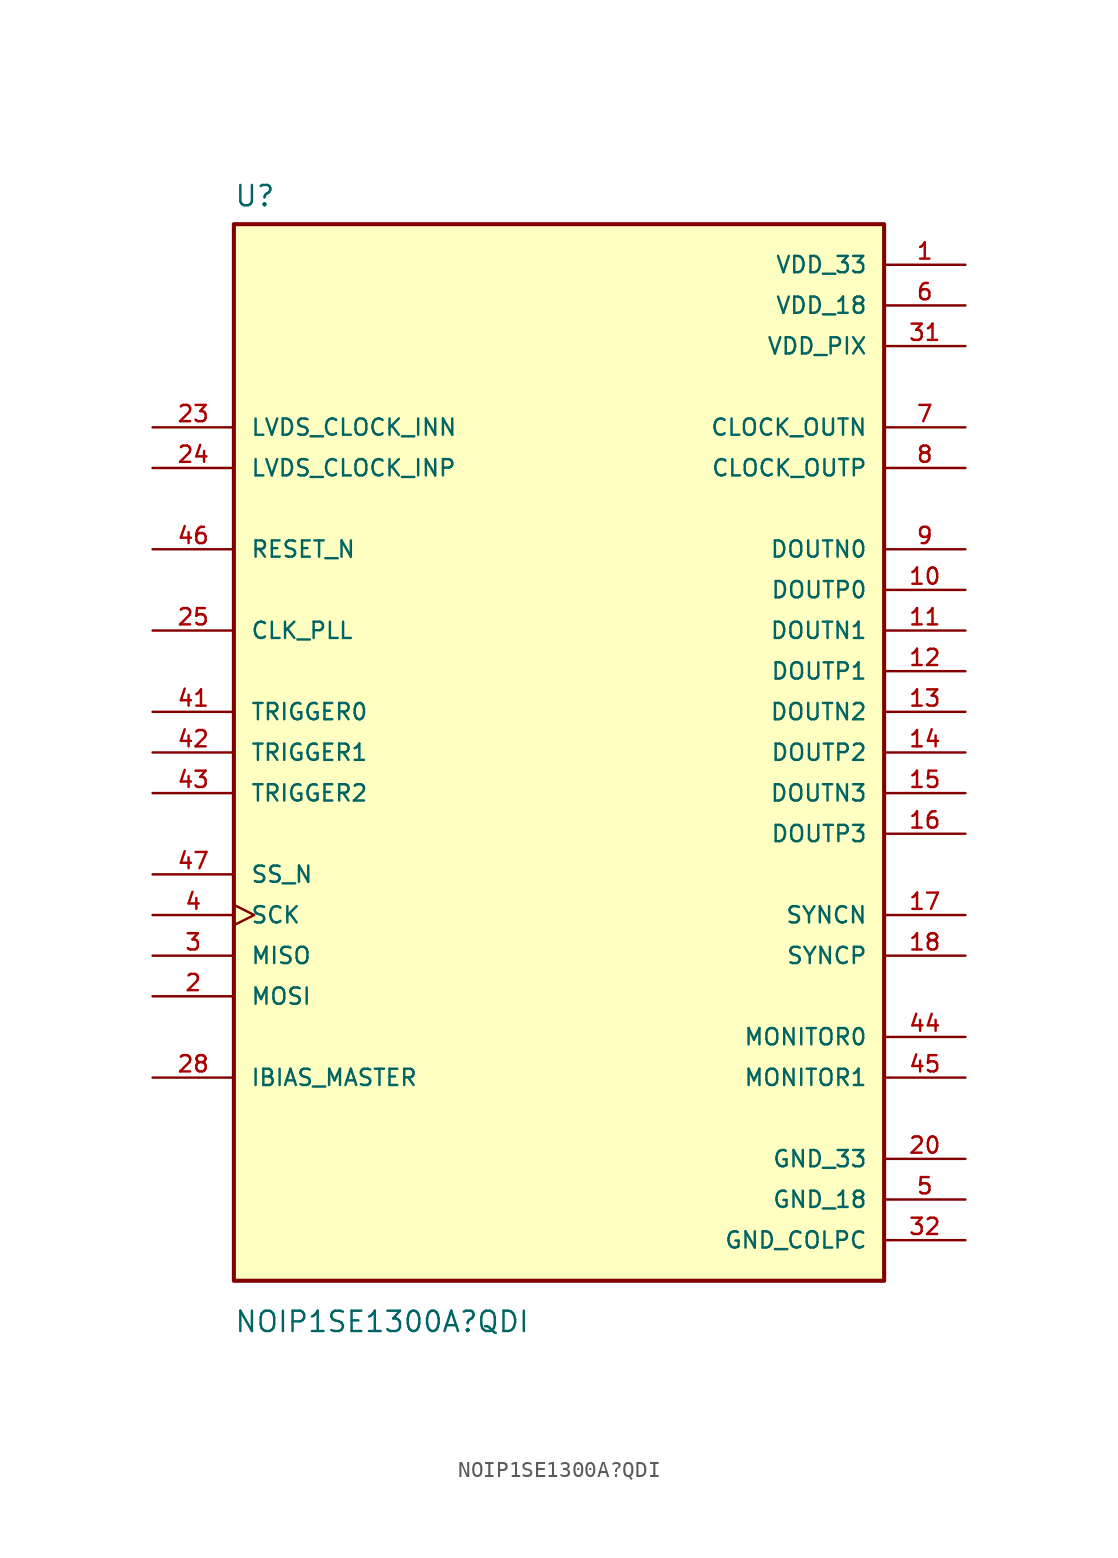
<source format=kicad_sym>
(kicad_symbol_lib
  (version 20211014)
  (generator kicad_symbol_editor)
  (symbol "NOIP1SE1300A?QDI"
    (pin_names
      (offset 1.016))
    (property "Reference" "U"
      (at -20.32 34.036 0)
      (effects (font (size 1.27 1.27)) (justify bottom left)))
    (property "Value" "NOIP1SE1300A?QDI"
      (at -20.32 -36.322 0)
      (effects (font (size 1.27 1.27)) (justify bottom left)))
    (symbol "NOIP1SE1300A?QDI_0_0"
      (rectangle (start -20.32 -33.02) (end 20.32 33.02) (stroke (width 0.254)) (fill (type background)))
      (pin power_in line (at 25.4 30.48 180.0) (length 5.08) (name "VDD_33" (effects (font (size 1.016 1.016)))) (number "1" (effects (font (size 1.016 1.016)))))
      (pin power_in line (at 25.4 30.48 180.0) (length 5.08) hide (name "VDD_33" (effects (font (size 1.016 1.016)))) (number "19" (effects (font (size 1.016 1.016)))))
      (pin power_in line (at 25.4 30.48 180.0) (length 5.08) hide (name "VDD_33" (effects (font (size 1.016 1.016)))) (number "29" (effects (font (size 1.016 1.016)))))
      (pin power_in line (at 25.4 30.48 180.0) (length 5.08) hide (name "VDD_33" (effects (font (size 1.016 1.016)))) (number "36" (effects (font (size 1.016 1.016)))))
      (pin input line (at -25.4 -15.24 0) (length 5.08) (name "MOSI" (effects (font (size 1.016 1.016)))) (number "2" (effects (font (size 1.016 1.016)))))
      (pin output line (at -25.4 -12.7 0) (length 5.08) (name "MISO" (effects (font (size 1.016 1.016)))) (number "3" (effects (font (size 1.016 1.016)))))
      (pin input clock (at -25.4 -10.16 0) (length 5.08) (name "SCK" (effects (font (size 1.016 1.016)))) (number "4" (effects (font (size 1.016 1.016)))))
      (pin power_in line (at 25.4 -27.94 180.0) (length 5.08) (name "GND_18" (effects (font (size 1.016 1.016)))) (number "5" (effects (font (size 1.016 1.016)))))
      (pin power_in line (at 25.4 -27.94 180.0) (length 5.08) hide (name "GND_18" (effects (font (size 1.016 1.016)))) (number "21" (effects (font (size 1.016 1.016)))))
      (pin power_in line (at 25.4 -27.94 180.0) (length 5.08) hide (name "GND_18" (effects (font (size 1.016 1.016)))) (number "27" (effects (font (size 1.016 1.016)))))
      (pin power_in line (at 25.4 27.94 180.0) (length 5.08) (name "VDD_18" (effects (font (size 1.016 1.016)))) (number "6" (effects (font (size 1.016 1.016)))))
      (pin power_in line (at 25.4 27.94 180.0) (length 5.08) hide (name "VDD_18" (effects (font (size 1.016 1.016)))) (number "22" (effects (font (size 1.016 1.016)))))
      (pin power_in line (at 25.4 27.94 180.0) (length 5.08) hide (name "VDD_18" (effects (font (size 1.016 1.016)))) (number "26" (effects (font (size 1.016 1.016)))))
      (pin output line (at 25.4 20.32 180.0) (length 5.08) (name "CLOCK_OUTN" (effects (font (size 1.016 1.016)))) (number "7" (effects (font (size 1.016 1.016)))))
      (pin output line (at 25.4 17.78 180.0) (length 5.08) (name "CLOCK_OUTP" (effects (font (size 1.016 1.016)))) (number "8" (effects (font (size 1.016 1.016)))))
      (pin output line (at 25.4 12.7 180.0) (length 5.08) (name "DOUTN0" (effects (font (size 1.016 1.016)))) (number "9" (effects (font (size 1.016 1.016)))))
      (pin output line (at 25.4 10.16 180.0) (length 5.08) (name "DOUTP0" (effects (font (size 1.016 1.016)))) (number "10" (effects (font (size 1.016 1.016)))))
      (pin output line (at 25.4 7.62 180.0) (length 5.08) (name "DOUTN1" (effects (font (size 1.016 1.016)))) (number "11" (effects (font (size 1.016 1.016)))))
      (pin output line (at 25.4 5.08 180.0) (length 5.08) (name "DOUTP1" (effects (font (size 1.016 1.016)))) (number "12" (effects (font (size 1.016 1.016)))))
      (pin output line (at 25.4 2.54 180.0) (length 5.08) (name "DOUTN2" (effects (font (size 1.016 1.016)))) (number "13" (effects (font (size 1.016 1.016)))))
      (pin output line (at 25.4 0.0 180.0) (length 5.08) (name "DOUTP2" (effects (font (size 1.016 1.016)))) (number "14" (effects (font (size 1.016 1.016)))))
      (pin output line (at 25.4 -2.54 180.0) (length 5.08) (name "DOUTN3" (effects (font (size 1.016 1.016)))) (number "15" (effects (font (size 1.016 1.016)))))
      (pin output line (at 25.4 -5.08 180.0) (length 5.08) (name "DOUTP3" (effects (font (size 1.016 1.016)))) (number "16" (effects (font (size 1.016 1.016)))))
      (pin output line (at 25.4 -10.16 180.0) (length 5.08) (name "SYNCN" (effects (font (size 1.016 1.016)))) (number "17" (effects (font (size 1.016 1.016)))))
      (pin output line (at 25.4 -12.7 180.0) (length 5.08) (name "SYNCP" (effects (font (size 1.016 1.016)))) (number "18" (effects (font (size 1.016 1.016)))))
      (pin power_in line (at 25.4 -25.4 180.0) (length 5.08) (name "GND_33" (effects (font (size 1.016 1.016)))) (number "20" (effects (font (size 1.016 1.016)))))
      (pin power_in line (at 25.4 -25.4 180.0) (length 5.08) hide (name "GND_33" (effects (font (size 1.016 1.016)))) (number "30" (effects (font (size 1.016 1.016)))))
      (pin power_in line (at 25.4 -25.4 180.0) (length 5.08) hide (name "GND_33" (effects (font (size 1.016 1.016)))) (number "35" (effects (font (size 1.016 1.016)))))
      (pin power_in line (at 25.4 -25.4 180.0) (length 5.08) hide (name "GND_33" (effects (font (size 1.016 1.016)))) (number "48" (effects (font (size 1.016 1.016)))))
      (pin input line (at -25.4 20.32 0) (length 5.08) (name "LVDS_CLOCK_INN" (effects (font (size 1.016 1.016)))) (number "23" (effects (font (size 1.016 1.016)))))
      (pin input line (at -25.4 17.78 0) (length 5.08) (name "LVDS_CLOCK_INP" (effects (font (size 1.016 1.016)))) (number "24" (effects (font (size 1.016 1.016)))))
      (pin input line (at -25.4 7.62 0) (length 5.08) (name "CLK_PLL" (effects (font (size 1.016 1.016)))) (number "25" (effects (font (size 1.016 1.016)))))
      (pin bidirectional line (at -25.4 -20.32 0) (length 5.08) (name "IBIAS_MASTER" (effects (font (size 1.016 1.016)))) (number "28" (effects (font (size 1.016 1.016)))))
      (pin power_in line (at 25.4 25.4 180.0) (length 5.08) (name "VDD_PIX" (effects (font (size 1.016 1.016)))) (number "31" (effects (font (size 1.016 1.016)))))
      (pin power_in line (at 25.4 25.4 180.0) (length 5.08) hide (name "VDD_PIX" (effects (font (size 1.016 1.016)))) (number "33" (effects (font (size 1.016 1.016)))))
      (pin power_in line (at 25.4 25.4 180.0) (length 5.08) hide (name "VDD_PIX" (effects (font (size 1.016 1.016)))) (number "38" (effects (font (size 1.016 1.016)))))
      (pin power_in line (at 25.4 25.4 180.0) (length 5.08) hide (name "VDD_PIX" (effects (font (size 1.016 1.016)))) (number "40" (effects (font (size 1.016 1.016)))))
      (pin power_in line (at 25.4 -30.48 180.0) (length 5.08) (name "GND_COLPC" (effects (font (size 1.016 1.016)))) (number "32" (effects (font (size 1.016 1.016)))))
      (pin power_in line (at 25.4 -30.48 180.0) (length 5.08) hide (name "GND_COLPC" (effects (font (size 1.016 1.016)))) (number "34" (effects (font (size 1.016 1.016)))))
      (pin power_in line (at 25.4 -30.48 180.0) (length 5.08) hide (name "GND_COLPC" (effects (font (size 1.016 1.016)))) (number "37" (effects (font (size 1.016 1.016)))))
      (pin power_in line (at 25.4 -30.48 180.0) (length 5.08) hide (name "GND_COLPC" (effects (font (size 1.016 1.016)))) (number "39" (effects (font (size 1.016 1.016)))))
      (pin input line (at -25.4 2.54 0) (length 5.08) (name "TRIGGER0" (effects (font (size 1.016 1.016)))) (number "41" (effects (font (size 1.016 1.016)))))
      (pin input line (at -25.4 0.0 0) (length 5.08) (name "TRIGGER1" (effects (font (size 1.016 1.016)))) (number "42" (effects (font (size 1.016 1.016)))))
      (pin input line (at -25.4 -2.54 0) (length 5.08) (name "TRIGGER2" (effects (font (size 1.016 1.016)))) (number "43" (effects (font (size 1.016 1.016)))))
      (pin output line (at 25.4 -17.78 180.0) (length 5.08) (name "MONITOR0" (effects (font (size 1.016 1.016)))) (number "44" (effects (font (size 1.016 1.016)))))
      (pin output line (at 25.4 -20.32 180.0) (length 5.08) (name "MONITOR1" (effects (font (size 1.016 1.016)))) (number "45" (effects (font (size 1.016 1.016)))))
      (pin input line (at -25.4 12.7 0) (length 5.08) (name "RESET_N" (effects (font (size 1.016 1.016)))) (number "46" (effects (font (size 1.016 1.016)))))
      (pin input line (at -25.4 -7.62 0) (length 5.08) (name "SS_N" (effects (font (size 1.016 1.016)))) (number "47" (effects (font (size 1.016 1.016))))))))
</source>
